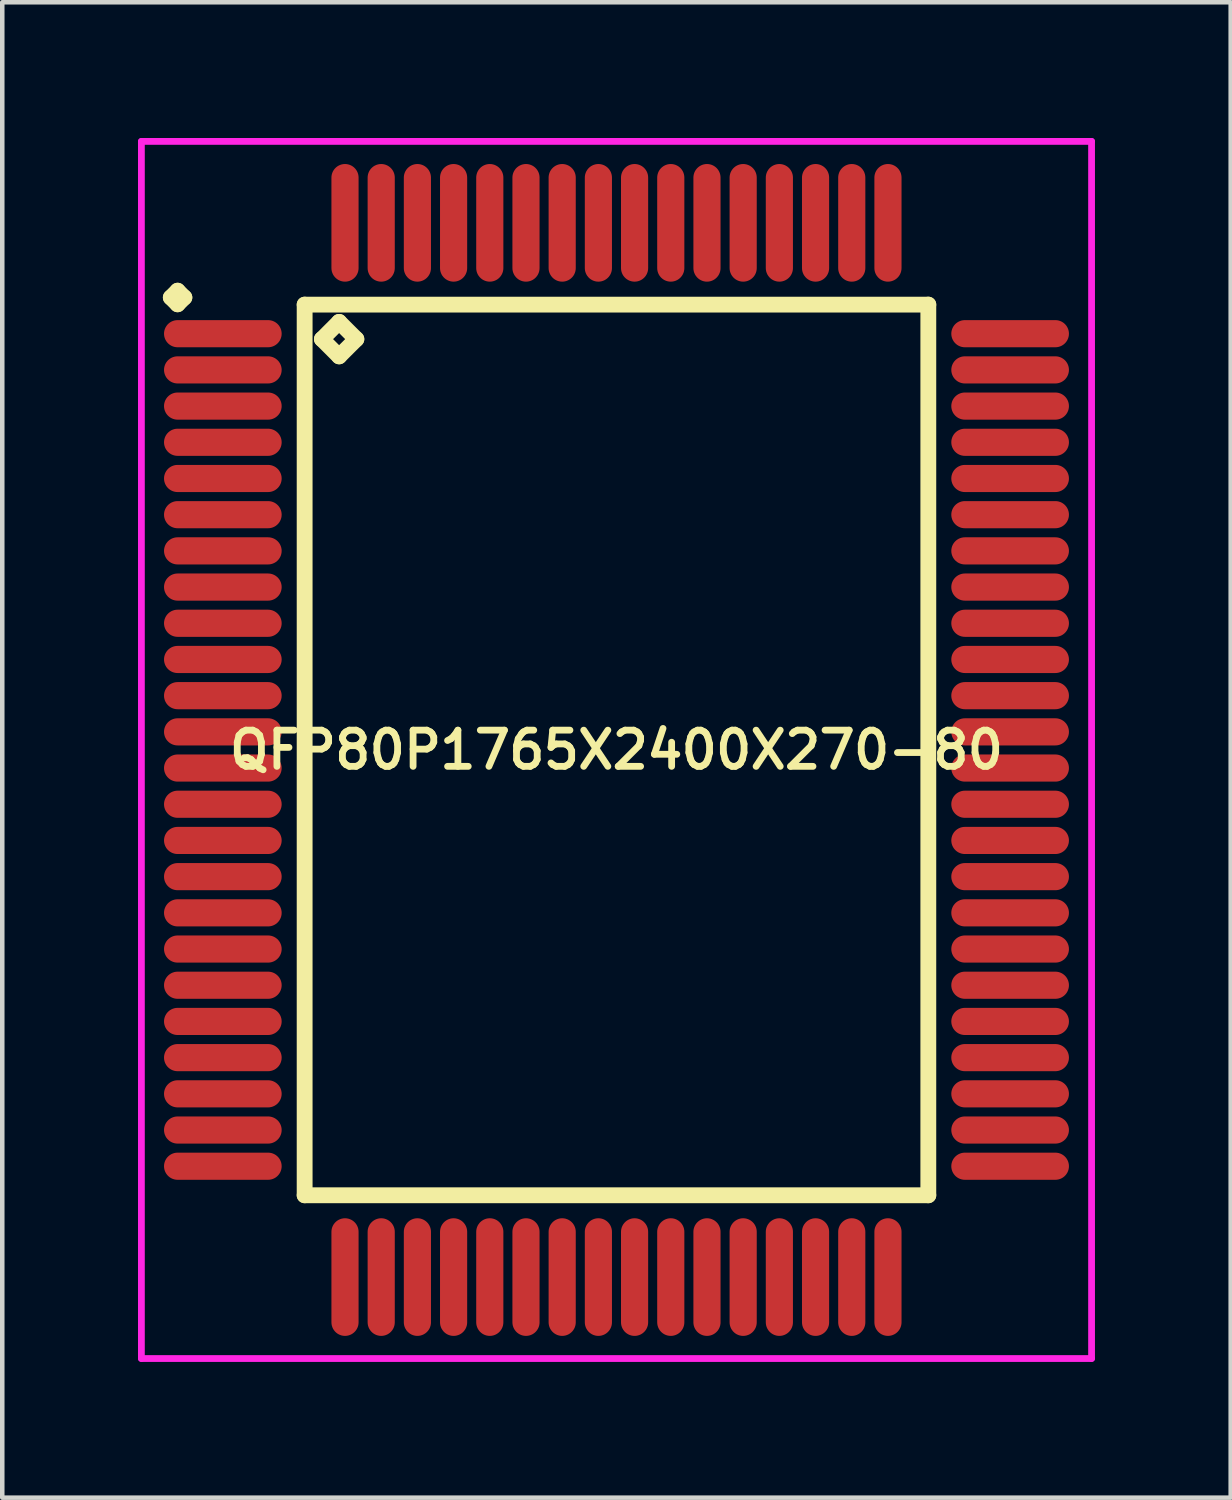
<source format=kicad_pcb>
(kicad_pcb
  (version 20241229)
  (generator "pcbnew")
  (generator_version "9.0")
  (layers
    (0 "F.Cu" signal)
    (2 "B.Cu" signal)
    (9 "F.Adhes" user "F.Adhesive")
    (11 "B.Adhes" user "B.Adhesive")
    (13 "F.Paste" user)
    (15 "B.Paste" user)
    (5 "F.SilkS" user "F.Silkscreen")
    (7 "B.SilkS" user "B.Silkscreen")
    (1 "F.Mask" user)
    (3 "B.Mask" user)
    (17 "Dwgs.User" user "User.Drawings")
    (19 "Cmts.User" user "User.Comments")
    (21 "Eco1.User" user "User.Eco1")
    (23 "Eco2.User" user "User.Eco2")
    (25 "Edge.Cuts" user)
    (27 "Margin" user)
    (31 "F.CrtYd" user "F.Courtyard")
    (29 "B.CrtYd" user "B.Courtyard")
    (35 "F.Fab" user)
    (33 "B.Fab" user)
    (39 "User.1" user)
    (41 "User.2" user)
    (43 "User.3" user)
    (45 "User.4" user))
  (footprint "QFP80P1765X2400X270-80"
    (layer "F.Cu")
    (at 10.575 13.525)
    (property "Reference" "QFP80P1765X2400X270-80" (at 0 0 0) (layer "F.SilkS") (effects (font (size 0.8 0.8) (thickness 0.15))))
    (attr smd)
    (fp_line (start -9.85 -10) (end -9.7 -10.15) (stroke (width 0.35) (type solid)) (layer "F.SilkS"))
    (fp_line (start -9.7 -10.15) (end -9.55 -10) (stroke (width 0.35) (type solid)) (layer "F.SilkS"))
    (fp_line (start -9.7 -9.85) (end -9.85 -10) (stroke (width 0.35) (type solid)) (layer "F.SilkS"))
    (fp_line (start -9.55 -10) (end -9.7 -9.85) (stroke (width 0.35) (type solid)) (layer "F.SilkS"))
    (fp_line (start -6.892 -9.842) (end -6.892 9.842) (stroke (width 0.35) (type solid)) (layer "F.SilkS"))
    (fp_line (start -6.892 9.842) (end 6.892 9.842) (stroke (width 0.35) (type solid)) (layer "F.SilkS"))
    (fp_line (start -6.511 -9.08) (end -6.13 -9.461) (stroke (width 0.35) (type solid)) (layer "F.SilkS"))
    (fp_line (start -6.13 -9.461) (end -5.749 -9.08) (stroke (width 0.35) (type solid)) (layer "F.SilkS"))
    (fp_line (start -6.13 -8.699) (end -6.511 -9.08) (stroke (width 0.35) (type solid)) (layer "F.SilkS"))
    (fp_line (start -5.749 -9.08) (end -6.13 -8.699) (stroke (width 0.35) (type solid)) (layer "F.SilkS"))
    (fp_line (start 6.892 -9.842) (end -6.892 -9.842) (stroke (width 0.35) (type solid)) (layer "F.SilkS"))
    (fp_line (start 6.892 9.842) (end 6.892 -9.842) (stroke (width 0.35) (type solid)) (layer "F.SilkS"))
    (fp_line (start -10.5 -13.45) (end 10.5 -13.45) (stroke (width 0.15) (type solid)) (layer "F.CrtYd"))
    (fp_line (start -10.5 13.45) (end -10.5 -13.45) (stroke (width 0.15) (type solid)) (layer "F.CrtYd"))
    (fp_line (start 10.5 -13.45) (end 10.5 13.45) (stroke (width 0.15) (type solid)) (layer "F.CrtYd"))
    (fp_line (start 10.5 13.45) (end -10.5 13.45) (stroke (width 0.15) (type solid)) (layer "F.CrtYd"))
    (pad "1" smd oval (at -8.7 -9.2) (size 2.6 0.6) (layers "F.Cu" "F.Mask" "F.Paste"))
    (pad "2" smd oval (at -8.7 -8.4) (size 2.6 0.6) (layers "F.Cu" "F.Mask" "F.Paste"))
    (pad "3" smd oval (at -8.7 -7.6) (size 2.6 0.6) (layers "F.Cu" "F.Mask" "F.Paste"))
    (pad "4" smd oval (at -8.7 -6.8) (size 2.6 0.6) (layers "F.Cu" "F.Mask" "F.Paste"))
    (pad "5" smd oval (at -8.7 -6) (size 2.6 0.6) (layers "F.Cu" "F.Mask" "F.Paste"))
    (pad "6" smd oval (at -8.7 -5.2) (size 2.6 0.6) (layers "F.Cu" "F.Mask" "F.Paste"))
    (pad "7" smd oval (at -8.7 -4.4) (size 2.6 0.6) (layers "F.Cu" "F.Mask" "F.Paste"))
    (pad "8" smd oval (at -8.7 -3.6) (size 2.6 0.6) (layers "F.Cu" "F.Mask" "F.Paste"))
    (pad "9" smd oval (at -8.7 -2.8) (size 2.6 0.6) (layers "F.Cu" "F.Mask" "F.Paste"))
    (pad "10" smd oval (at -8.7 -2) (size 2.6 0.6) (layers "F.Cu" "F.Mask" "F.Paste"))
    (pad "11" smd oval (at -8.7 -1.2) (size 2.6 0.6) (layers "F.Cu" "F.Mask" "F.Paste"))
    (pad "12" smd oval (at -8.7 -0.4) (size 2.6 0.6) (layers "F.Cu" "F.Mask" "F.Paste"))
    (pad "13" smd oval (at -8.7 0.4) (size 2.6 0.6) (layers "F.Cu" "F.Mask" "F.Paste"))
    (pad "14" smd oval (at -8.7 1.2) (size 2.6 0.6) (layers "F.Cu" "F.Mask" "F.Paste"))
    (pad "15" smd oval (at -8.7 2) (size 2.6 0.6) (layers "F.Cu" "F.Mask" "F.Paste"))
    (pad "16" smd oval (at -8.7 2.8) (size 2.6 0.6) (layers "F.Cu" "F.Mask" "F.Paste"))
    (pad "17" smd oval (at -8.7 3.6) (size 2.6 0.6) (layers "F.Cu" "F.Mask" "F.Paste"))
    (pad "18" smd oval (at -8.7 4.4) (size 2.6 0.6) (layers "F.Cu" "F.Mask" "F.Paste"))
    (pad "19" smd oval (at -8.7 5.2) (size 2.6 0.6) (layers "F.Cu" "F.Mask" "F.Paste"))
    (pad "20" smd oval (at -8.7 6) (size 2.6 0.6) (layers "F.Cu" "F.Mask" "F.Paste"))
    (pad "21" smd oval (at -8.7 6.8) (size 2.6 0.6) (layers "F.Cu" "F.Mask" "F.Paste"))
    (pad "22" smd oval (at -8.7 7.6) (size 2.6 0.6) (layers "F.Cu" "F.Mask" "F.Paste"))
    (pad "23" smd oval (at -8.7 8.4) (size 2.6 0.6) (layers "F.Cu" "F.Mask" "F.Paste"))
    (pad "24" smd oval (at -8.7 9.2) (size 2.6 0.6) (layers "F.Cu" "F.Mask" "F.Paste"))
    (pad "25" smd oval (at -6 11.65) (size 0.6 2.6) (layers "F.Cu" "F.Mask" "F.Paste"))
    (pad "26" smd oval (at -5.2 11.65) (size 0.6 2.6) (layers "F.Cu" "F.Mask" "F.Paste"))
    (pad "27" smd oval (at -4.4 11.65) (size 0.6 2.6) (layers "F.Cu" "F.Mask" "F.Paste"))
    (pad "28" smd oval (at -3.6 11.65) (size 0.6 2.6) (layers "F.Cu" "F.Mask" "F.Paste"))
    (pad "29" smd oval (at -2.8 11.65) (size 0.6 2.6) (layers "F.Cu" "F.Mask" "F.Paste"))
    (pad "30" smd oval (at -2 11.65) (size 0.6 2.6) (layers "F.Cu" "F.Mask" "F.Paste"))
    (pad "31" smd oval (at -1.2 11.65) (size 0.6 2.6) (layers "F.Cu" "F.Mask" "F.Paste"))
    (pad "32" smd oval (at -0.4 11.65) (size 0.6 2.6) (layers "F.Cu" "F.Mask" "F.Paste"))
    (pad "33" smd oval (at 0.4 11.65) (size 0.6 2.6) (layers "F.Cu" "F.Mask" "F.Paste"))
    (pad "34" smd oval (at 1.2 11.65) (size 0.6 2.6) (layers "F.Cu" "F.Mask" "F.Paste"))
    (pad "35" smd oval (at 2 11.65) (size 0.6 2.6) (layers "F.Cu" "F.Mask" "F.Paste"))
    (pad "36" smd oval (at 2.8 11.65) (size 0.6 2.6) (layers "F.Cu" "F.Mask" "F.Paste"))
    (pad "37" smd oval (at 3.6 11.65) (size 0.6 2.6) (layers "F.Cu" "F.Mask" "F.Paste"))
    (pad "38" smd oval (at 4.4 11.65) (size 0.6 2.6) (layers "F.Cu" "F.Mask" "F.Paste"))
    (pad "39" smd oval (at 5.2 11.65) (size 0.6 2.6) (layers "F.Cu" "F.Mask" "F.Paste"))
    (pad "40" smd oval (at 6 11.65) (size 0.6 2.6) (layers "F.Cu" "F.Mask" "F.Paste"))
    (pad "41" smd oval (at 8.7 9.2) (size 2.6 0.6) (layers "F.Cu" "F.Mask" "F.Paste"))
    (pad "42" smd oval (at 8.7 8.4) (size 2.6 0.6) (layers "F.Cu" "F.Mask" "F.Paste"))
    (pad "43" smd oval (at 8.7 7.6) (size 2.6 0.6) (layers "F.Cu" "F.Mask" "F.Paste"))
    (pad "44" smd oval (at 8.7 6.8) (size 2.6 0.6) (layers "F.Cu" "F.Mask" "F.Paste"))
    (pad "45" smd oval (at 8.7 6) (size 2.6 0.6) (layers "F.Cu" "F.Mask" "F.Paste"))
    (pad "46" smd oval (at 8.7 5.2) (size 2.6 0.6) (layers "F.Cu" "F.Mask" "F.Paste"))
    (pad "47" smd oval (at 8.7 4.4) (size 2.6 0.6) (layers "F.Cu" "F.Mask" "F.Paste"))
    (pad "48" smd oval (at 8.7 3.6) (size 2.6 0.6) (layers "F.Cu" "F.Mask" "F.Paste"))
    (pad "49" smd oval (at 8.7 2.8) (size 2.6 0.6) (layers "F.Cu" "F.Mask" "F.Paste"))
    (pad "50" smd oval (at 8.7 2) (size 2.6 0.6) (layers "F.Cu" "F.Mask" "F.Paste"))
    (pad "51" smd oval (at 8.7 1.2) (size 2.6 0.6) (layers "F.Cu" "F.Mask" "F.Paste"))
    (pad "52" smd oval (at 8.7 0.4) (size 2.6 0.6) (layers "F.Cu" "F.Mask" "F.Paste"))
    (pad "53" smd oval (at 8.7 -0.4) (size 2.6 0.6) (layers "F.Cu" "F.Mask" "F.Paste"))
    (pad "54" smd oval (at 8.7 -1.2) (size 2.6 0.6) (layers "F.Cu" "F.Mask" "F.Paste"))
    (pad "55" smd oval (at 8.7 -2) (size 2.6 0.6) (layers "F.Cu" "F.Mask" "F.Paste"))
    (pad "56" smd oval (at 8.7 -2.8) (size 2.6 0.6) (layers "F.Cu" "F.Mask" "F.Paste"))
    (pad "57" smd oval (at 8.7 -3.6) (size 2.6 0.6) (layers "F.Cu" "F.Mask" "F.Paste"))
    (pad "58" smd oval (at 8.7 -4.4) (size 2.6 0.6) (layers "F.Cu" "F.Mask" "F.Paste"))
    (pad "59" smd oval (at 8.7 -5.2) (size 2.6 0.6) (layers "F.Cu" "F.Mask" "F.Paste"))
    (pad "60" smd oval (at 8.7 -6) (size 2.6 0.6) (layers "F.Cu" "F.Mask" "F.Paste"))
    (pad "61" smd oval (at 8.7 -6.8) (size 2.6 0.6) (layers "F.Cu" "F.Mask" "F.Paste"))
    (pad "62" smd oval (at 8.7 -7.6) (size 2.6 0.6) (layers "F.Cu" "F.Mask" "F.Paste"))
    (pad "63" smd oval (at 8.7 -8.4) (size 2.6 0.6) (layers "F.Cu" "F.Mask" "F.Paste"))
    (pad "64" smd oval (at 8.7 -9.2) (size 2.6 0.6) (layers "F.Cu" "F.Mask" "F.Paste"))
    (pad "65" smd oval (at 6 -11.65) (size 0.6 2.6) (layers "F.Cu" "F.Mask" "F.Paste"))
    (pad "66" smd oval (at 5.2 -11.65) (size 0.6 2.6) (layers "F.Cu" "F.Mask" "F.Paste"))
    (pad "67" smd oval (at 4.4 -11.65) (size 0.6 2.6) (layers "F.Cu" "F.Mask" "F.Paste"))
    (pad "68" smd oval (at 3.6 -11.65) (size 0.6 2.6) (layers "F.Cu" "F.Mask" "F.Paste"))
    (pad "69" smd oval (at 2.8 -11.65) (size 0.6 2.6) (layers "F.Cu" "F.Mask" "F.Paste"))
    (pad "70" smd oval (at 2 -11.65) (size 0.6 2.6) (layers "F.Cu" "F.Mask" "F.Paste"))
    (pad "71" smd oval (at 1.2 -11.65) (size 0.6 2.6) (layers "F.Cu" "F.Mask" "F.Paste"))
    (pad "72" smd oval (at 0.4 -11.65) (size 0.6 2.6) (layers "F.Cu" "F.Mask" "F.Paste"))
    (pad "73" smd oval (at -0.4 -11.65) (size 0.6 2.6) (layers "F.Cu" "F.Mask" "F.Paste"))
    (pad "74" smd oval (at -1.2 -11.65) (size 0.6 2.6) (layers "F.Cu" "F.Mask" "F.Paste"))
    (pad "75" smd oval (at -2 -11.65) (size 0.6 2.6) (layers "F.Cu" "F.Mask" "F.Paste"))
    (pad "76" smd oval (at -2.8 -11.65) (size 0.6 2.6) (layers "F.Cu" "F.Mask" "F.Paste"))
    (pad "77" smd oval (at -3.6 -11.65) (size 0.6 2.6) (layers "F.Cu" "F.Mask" "F.Paste"))
    (pad "78" smd oval (at -4.4 -11.65) (size 0.6 2.6) (layers "F.Cu" "F.Mask" "F.Paste"))
    (pad "79" smd oval (at -5.2 -11.65) (size 0.6 2.6) (layers "F.Cu" "F.Mask" "F.Paste"))
    (pad "80" smd oval (at -6 -11.65) (size 0.6 2.6) (layers "F.Cu" "F.Mask" "F.Paste")))
  (gr_rect
    (start -3 -3)
    (end 24.15 30.05)
    (stroke (width 0.1) (type default))
    (fill no)
    (layer "Edge.Cuts")))
</source>
